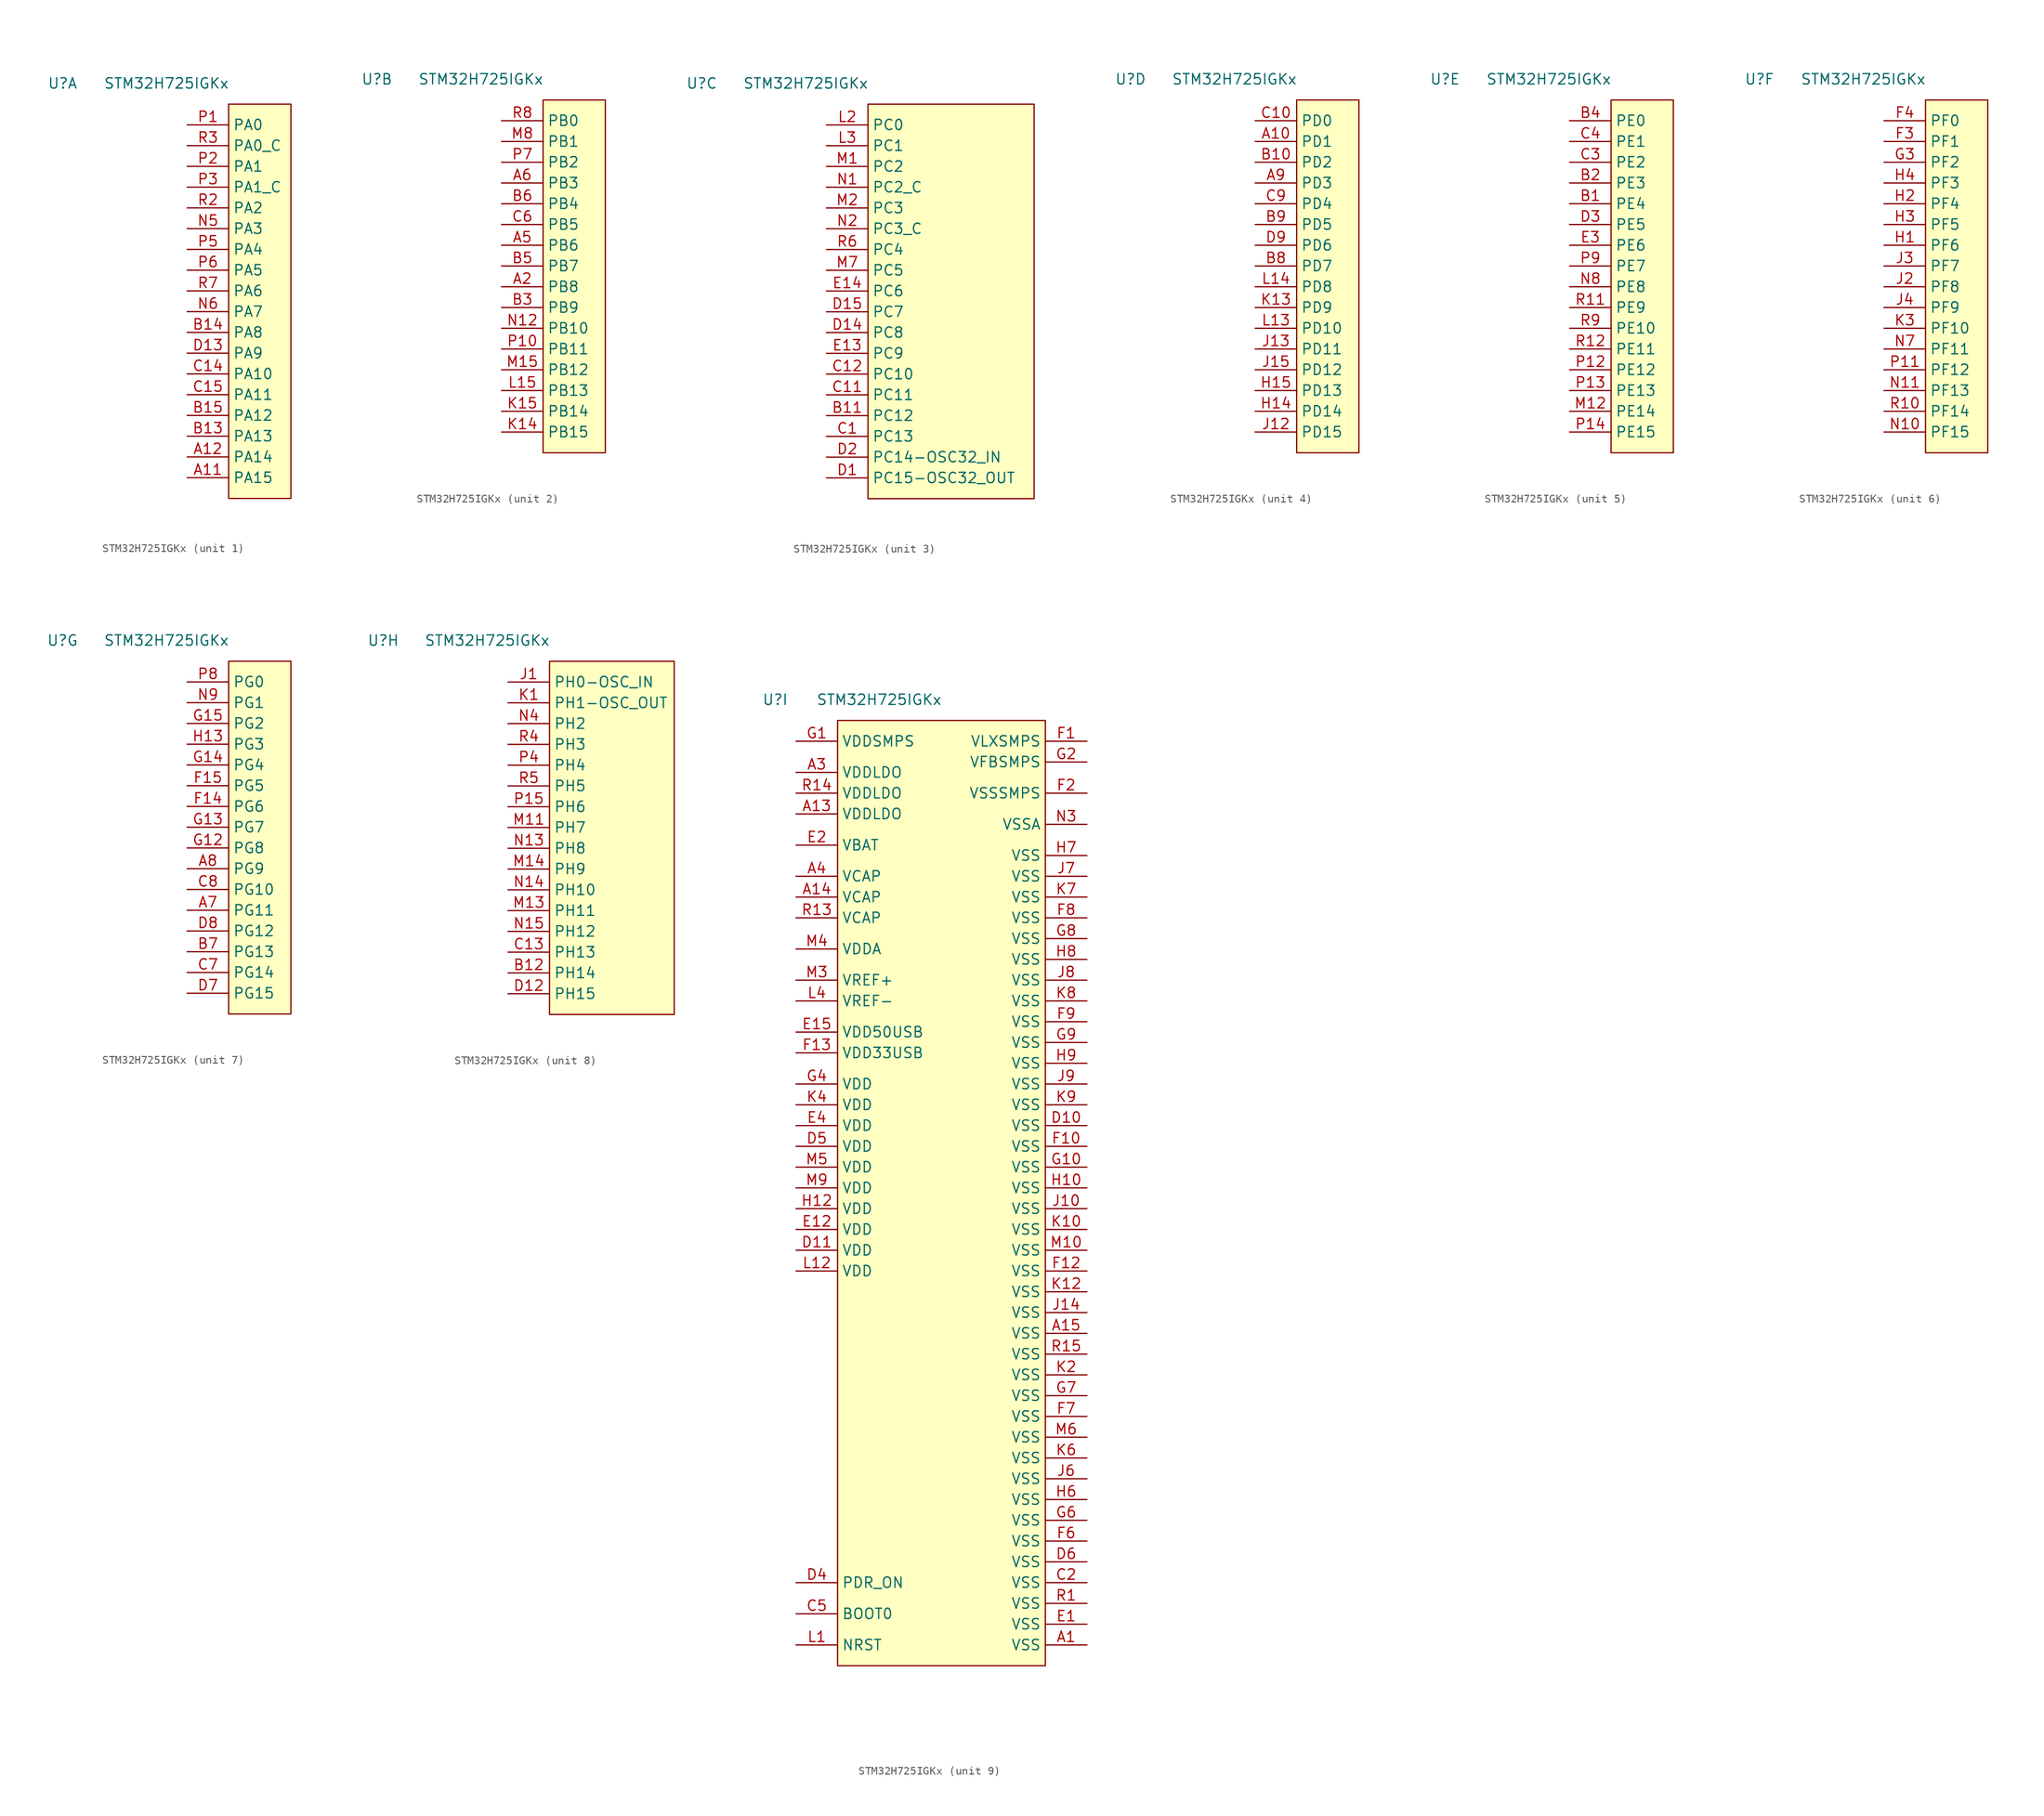
<source format=kicad_sym>
(kicad_symbol_lib
  (version 20231120)
  (generator "kicad_symbol_editor")
  (generator_version "8.0")
  (symbol "STM32H725IGKx"
    (property "Reference" "U"
      (at -20.32 2.54 0)
      (effects (font (size 1.27 1.27))))
    (property "Value" "STM32H725IGKx"
      (at -7.62 2.54 0)
      (effects (font (size 1.27 1.27))))
    (property "ki_locked" ""
      (at 0 0 0)
      (effects (font (size 1.27 1.27))))
    (symbol "STM32H725IGKx_1_1"
      (rectangle (start 0 0) (end 7.62 -48.26) (stroke (width 0) (type default)) (fill (type background)))
      (pin bidirectional line (at -5.08 -45.72 0) (length 5.08) (name "PA15" (effects (font (size 1.27 1.27)))) (number "A11" (effects (font (size 1.27 1.27)))))
      (pin bidirectional line (at -5.08 -43.18 0) (length 5.08) (name "PA14" (effects (font (size 1.27 1.27)))) (number "A12" (effects (font (size 1.27 1.27)))))
      (pin bidirectional line (at -5.08 -40.64 0) (length 5.08) (name "PA13" (effects (font (size 1.27 1.27)))) (number "B13" (effects (font (size 1.27 1.27)))))
      (pin bidirectional line (at -5.08 -27.94 0) (length 5.08) (name "PA8" (effects (font (size 1.27 1.27)))) (number "B14" (effects (font (size 1.27 1.27)))))
      (pin bidirectional line (at -5.08 -38.1 0) (length 5.08) (name "PA12" (effects (font (size 1.27 1.27)))) (number "B15" (effects (font (size 1.27 1.27)))))
      (pin bidirectional line (at -5.08 -33.02 0) (length 5.08) (name "PA10" (effects (font (size 1.27 1.27)))) (number "C14" (effects (font (size 1.27 1.27)))))
      (pin bidirectional line (at -5.08 -35.56 0) (length 5.08) (name "PA11" (effects (font (size 1.27 1.27)))) (number "C15" (effects (font (size 1.27 1.27)))))
      (pin bidirectional line (at -5.08 -30.48 0) (length 5.08) (name "PA9" (effects (font (size 1.27 1.27)))) (number "D13" (effects (font (size 1.27 1.27)))))
      (pin bidirectional line (at -5.08 -15.24 0) (length 5.08) (name "PA3" (effects (font (size 1.27 1.27)))) (number "N5" (effects (font (size 1.27 1.27)))))
      (pin bidirectional line (at -5.08 -25.4 0) (length 5.08) (name "PA7" (effects (font (size 1.27 1.27)))) (number "N6" (effects (font (size 1.27 1.27)))))
      (pin bidirectional line (at -5.08 -2.54 0) (length 5.08) (name "PA0" (effects (font (size 1.27 1.27)))) (number "P1" (effects (font (size 1.27 1.27)))))
      (pin bidirectional line (at -5.08 -7.62 0) (length 5.08) (name "PA1" (effects (font (size 1.27 1.27)))) (number "P2" (effects (font (size 1.27 1.27)))))
      (pin bidirectional line (at -5.08 -10.16 0) (length 5.08) (name "PA1_C" (effects (font (size 1.27 1.27)))) (number "P3" (effects (font (size 1.27 1.27)))))
      (pin bidirectional line (at -5.08 -17.78 0) (length 5.08) (name "PA4" (effects (font (size 1.27 1.27)))) (number "P5" (effects (font (size 1.27 1.27)))))
      (pin bidirectional line (at -5.08 -20.32 0) (length 5.08) (name "PA5" (effects (font (size 1.27 1.27)))) (number "P6" (effects (font (size 1.27 1.27)))))
      (pin bidirectional line (at -5.08 -12.7 0) (length 5.08) (name "PA2" (effects (font (size 1.27 1.27)))) (number "R2" (effects (font (size 1.27 1.27)))))
      (pin bidirectional line (at -5.08 -5.08 0) (length 5.08) (name "PA0_C" (effects (font (size 1.27 1.27)))) (number "R3" (effects (font (size 1.27 1.27)))))
      (pin bidirectional line (at -5.08 -22.86 0) (length 5.08) (name "PA6" (effects (font (size 1.27 1.27)))) (number "R7" (effects (font (size 1.27 1.27))))))
    (symbol "STM32H725IGKx_2_1"
      (rectangle (start 0 0) (end 7.62 -43.18) (stroke (width 0) (type default)) (fill (type background)))
      (pin bidirectional line (at -5.08 -22.86 0) (length 5.08) (name "PB8" (effects (font (size 1.27 1.27)))) (number "A2" (effects (font (size 1.27 1.27)))))
      (pin bidirectional line (at -5.08 -17.78 0) (length 5.08) (name "PB6" (effects (font (size 1.27 1.27)))) (number "A5" (effects (font (size 1.27 1.27)))))
      (pin bidirectional line (at -5.08 -10.16 0) (length 5.08) (name "PB3" (effects (font (size 1.27 1.27)))) (number "A6" (effects (font (size 1.27 1.27)))))
      (pin bidirectional line (at -5.08 -25.4 0) (length 5.08) (name "PB9" (effects (font (size 1.27 1.27)))) (number "B3" (effects (font (size 1.27 1.27)))))
      (pin bidirectional line (at -5.08 -20.32 0) (length 5.08) (name "PB7" (effects (font (size 1.27 1.27)))) (number "B5" (effects (font (size 1.27 1.27)))))
      (pin bidirectional line (at -5.08 -12.7 0) (length 5.08) (name "PB4" (effects (font (size 1.27 1.27)))) (number "B6" (effects (font (size 1.27 1.27)))))
      (pin bidirectional line (at -5.08 -15.24 0) (length 5.08) (name "PB5" (effects (font (size 1.27 1.27)))) (number "C6" (effects (font (size 1.27 1.27)))))
      (pin bidirectional line (at -5.08 -40.64 0) (length 5.08) (name "PB15" (effects (font (size 1.27 1.27)))) (number "K14" (effects (font (size 1.27 1.27)))))
      (pin bidirectional line (at -5.08 -38.1 0) (length 5.08) (name "PB14" (effects (font (size 1.27 1.27)))) (number "K15" (effects (font (size 1.27 1.27)))))
      (pin bidirectional line (at -5.08 -35.56 0) (length 5.08) (name "PB13" (effects (font (size 1.27 1.27)))) (number "L15" (effects (font (size 1.27 1.27)))))
      (pin bidirectional line (at -5.08 -33.02 0) (length 5.08) (name "PB12" (effects (font (size 1.27 1.27)))) (number "M15" (effects (font (size 1.27 1.27)))))
      (pin bidirectional line (at -5.08 -5.08 0) (length 5.08) (name "PB1" (effects (font (size 1.27 1.27)))) (number "M8" (effects (font (size 1.27 1.27)))))
      (pin bidirectional line (at -5.08 -27.94 0) (length 5.08) (name "PB10" (effects (font (size 1.27 1.27)))) (number "N12" (effects (font (size 1.27 1.27)))))
      (pin bidirectional line (at -5.08 -30.48 0) (length 5.08) (name "PB11" (effects (font (size 1.27 1.27)))) (number "P10" (effects (font (size 1.27 1.27)))))
      (pin bidirectional line (at -5.08 -7.62 0) (length 5.08) (name "PB2" (effects (font (size 1.27 1.27)))) (number "P7" (effects (font (size 1.27 1.27)))))
      (pin bidirectional line (at -5.08 -2.54 0) (length 5.08) (name "PB0" (effects (font (size 1.27 1.27)))) (number "R8" (effects (font (size 1.27 1.27))))))
    (symbol "STM32H725IGKx_3_1"
      (rectangle (start 0 0) (end 20.32 -48.26) (stroke (width 0) (type default)) (fill (type background)))
      (pin bidirectional line (at -5.08 -38.1 0) (length 5.08) (name "PC12" (effects (font (size 1.27 1.27)))) (number "B11" (effects (font (size 1.27 1.27)))))
      (pin bidirectional line (at -5.08 -40.64 0) (length 5.08) (name "PC13" (effects (font (size 1.27 1.27)))) (number "C1" (effects (font (size 1.27 1.27)))))
      (pin bidirectional line (at -5.08 -35.56 0) (length 5.08) (name "PC11" (effects (font (size 1.27 1.27)))) (number "C11" (effects (font (size 1.27 1.27)))))
      (pin bidirectional line (at -5.08 -33.02 0) (length 5.08) (name "PC10" (effects (font (size 1.27 1.27)))) (number "C12" (effects (font (size 1.27 1.27)))))
      (pin bidirectional line (at -5.08 -45.72 0) (length 5.08) (name "PC15-OSC32_OUT" (effects (font (size 1.27 1.27)))) (number "D1" (effects (font (size 1.27 1.27)))))
      (pin bidirectional line (at -5.08 -27.94 0) (length 5.08) (name "PC8" (effects (font (size 1.27 1.27)))) (number "D14" (effects (font (size 1.27 1.27)))))
      (pin bidirectional line (at -5.08 -25.4 0) (length 5.08) (name "PC7" (effects (font (size 1.27 1.27)))) (number "D15" (effects (font (size 1.27 1.27)))))
      (pin bidirectional line (at -5.08 -43.18 0) (length 5.08) (name "PC14-OSC32_IN" (effects (font (size 1.27 1.27)))) (number "D2" (effects (font (size 1.27 1.27)))))
      (pin bidirectional line (at -5.08 -30.48 0) (length 5.08) (name "PC9" (effects (font (size 1.27 1.27)))) (number "E13" (effects (font (size 1.27 1.27)))))
      (pin bidirectional line (at -5.08 -22.86 0) (length 5.08) (name "PC6" (effects (font (size 1.27 1.27)))) (number "E14" (effects (font (size 1.27 1.27)))))
      (pin bidirectional line (at -5.08 -2.54 0) (length 5.08) (name "PC0" (effects (font (size 1.27 1.27)))) (number "L2" (effects (font (size 1.27 1.27)))))
      (pin bidirectional line (at -5.08 -5.08 0) (length 5.08) (name "PC1" (effects (font (size 1.27 1.27)))) (number "L3" (effects (font (size 1.27 1.27)))))
      (pin bidirectional line (at -5.08 -7.62 0) (length 5.08) (name "PC2" (effects (font (size 1.27 1.27)))) (number "M1" (effects (font (size 1.27 1.27)))))
      (pin bidirectional line (at -5.08 -12.7 0) (length 5.08) (name "PC3" (effects (font (size 1.27 1.27)))) (number "M2" (effects (font (size 1.27 1.27)))))
      (pin bidirectional line (at -5.08 -20.32 0) (length 5.08) (name "PC5" (effects (font (size 1.27 1.27)))) (number "M7" (effects (font (size 1.27 1.27)))))
      (pin bidirectional line (at -5.08 -10.16 0) (length 5.08) (name "PC2_C" (effects (font (size 1.27 1.27)))) (number "N1" (effects (font (size 1.27 1.27)))))
      (pin bidirectional line (at -5.08 -15.24 0) (length 5.08) (name "PC3_C" (effects (font (size 1.27 1.27)))) (number "N2" (effects (font (size 1.27 1.27)))))
      (pin bidirectional line (at -5.08 -17.78 0) (length 5.08) (name "PC4" (effects (font (size 1.27 1.27)))) (number "R6" (effects (font (size 1.27 1.27))))))
    (symbol "STM32H725IGKx_4_1"
      (rectangle (start 0 0) (end 7.62 -43.18) (stroke (width 0) (type default)) (fill (type background)))
      (pin bidirectional line (at -5.08 -5.08 0) (length 5.08) (name "PD1" (effects (font (size 1.27 1.27)))) (number "A10" (effects (font (size 1.27 1.27)))))
      (pin bidirectional line (at -5.08 -10.16 0) (length 5.08) (name "PD3" (effects (font (size 1.27 1.27)))) (number "A9" (effects (font (size 1.27 1.27)))))
      (pin bidirectional line (at -5.08 -7.62 0) (length 5.08) (name "PD2" (effects (font (size 1.27 1.27)))) (number "B10" (effects (font (size 1.27 1.27)))))
      (pin bidirectional line (at -5.08 -20.32 0) (length 5.08) (name "PD7" (effects (font (size 1.27 1.27)))) (number "B8" (effects (font (size 1.27 1.27)))))
      (pin bidirectional line (at -5.08 -15.24 0) (length 5.08) (name "PD5" (effects (font (size 1.27 1.27)))) (number "B9" (effects (font (size 1.27 1.27)))))
      (pin bidirectional line (at -5.08 -2.54 0) (length 5.08) (name "PD0" (effects (font (size 1.27 1.27)))) (number "C10" (effects (font (size 1.27 1.27)))))
      (pin bidirectional line (at -5.08 -12.7 0) (length 5.08) (name "PD4" (effects (font (size 1.27 1.27)))) (number "C9" (effects (font (size 1.27 1.27)))))
      (pin bidirectional line (at -5.08 -17.78 0) (length 5.08) (name "PD6" (effects (font (size 1.27 1.27)))) (number "D9" (effects (font (size 1.27 1.27)))))
      (pin bidirectional line (at -5.08 -38.1 0) (length 5.08) (name "PD14" (effects (font (size 1.27 1.27)))) (number "H14" (effects (font (size 1.27 1.27)))))
      (pin bidirectional line (at -5.08 -35.56 0) (length 5.08) (name "PD13" (effects (font (size 1.27 1.27)))) (number "H15" (effects (font (size 1.27 1.27)))))
      (pin bidirectional line (at -5.08 -40.64 0) (length 5.08) (name "PD15" (effects (font (size 1.27 1.27)))) (number "J12" (effects (font (size 1.27 1.27)))))
      (pin bidirectional line (at -5.08 -30.48 0) (length 5.08) (name "PD11" (effects (font (size 1.27 1.27)))) (number "J13" (effects (font (size 1.27 1.27)))))
      (pin bidirectional line (at -5.08 -33.02 0) (length 5.08) (name "PD12" (effects (font (size 1.27 1.27)))) (number "J15" (effects (font (size 1.27 1.27)))))
      (pin bidirectional line (at -5.08 -25.4 0) (length 5.08) (name "PD9" (effects (font (size 1.27 1.27)))) (number "K13" (effects (font (size 1.27 1.27)))))
      (pin bidirectional line (at -5.08 -27.94 0) (length 5.08) (name "PD10" (effects (font (size 1.27 1.27)))) (number "L13" (effects (font (size 1.27 1.27)))))
      (pin bidirectional line (at -5.08 -22.86 0) (length 5.08) (name "PD8" (effects (font (size 1.27 1.27)))) (number "L14" (effects (font (size 1.27 1.27))))))
    (symbol "STM32H725IGKx_5_1"
      (rectangle (start 0 0) (end 7.62 -43.18) (stroke (width 0) (type default)) (fill (type background)))
      (pin bidirectional line (at -5.08 -12.7 0) (length 5.08) (name "PE4" (effects (font (size 1.27 1.27)))) (number "B1" (effects (font (size 1.27 1.27)))))
      (pin bidirectional line (at -5.08 -10.16 0) (length 5.08) (name "PE3" (effects (font (size 1.27 1.27)))) (number "B2" (effects (font (size 1.27 1.27)))))
      (pin bidirectional line (at -5.08 -2.54 0) (length 5.08) (name "PE0" (effects (font (size 1.27 1.27)))) (number "B4" (effects (font (size 1.27 1.27)))))
      (pin bidirectional line (at -5.08 -7.62 0) (length 5.08) (name "PE2" (effects (font (size 1.27 1.27)))) (number "C3" (effects (font (size 1.27 1.27)))))
      (pin bidirectional line (at -5.08 -5.08 0) (length 5.08) (name "PE1" (effects (font (size 1.27 1.27)))) (number "C4" (effects (font (size 1.27 1.27)))))
      (pin bidirectional line (at -5.08 -15.24 0) (length 5.08) (name "PE5" (effects (font (size 1.27 1.27)))) (number "D3" (effects (font (size 1.27 1.27)))))
      (pin bidirectional line (at -5.08 -17.78 0) (length 5.08) (name "PE6" (effects (font (size 1.27 1.27)))) (number "E3" (effects (font (size 1.27 1.27)))))
      (pin bidirectional line (at -5.08 -38.1 0) (length 5.08) (name "PE14" (effects (font (size 1.27 1.27)))) (number "M12" (effects (font (size 1.27 1.27)))))
      (pin bidirectional line (at -5.08 -22.86 0) (length 5.08) (name "PE8" (effects (font (size 1.27 1.27)))) (number "N8" (effects (font (size 1.27 1.27)))))
      (pin bidirectional line (at -5.08 -33.02 0) (length 5.08) (name "PE12" (effects (font (size 1.27 1.27)))) (number "P12" (effects (font (size 1.27 1.27)))))
      (pin bidirectional line (at -5.08 -35.56 0) (length 5.08) (name "PE13" (effects (font (size 1.27 1.27)))) (number "P13" (effects (font (size 1.27 1.27)))))
      (pin bidirectional line (at -5.08 -40.64 0) (length 5.08) (name "PE15" (effects (font (size 1.27 1.27)))) (number "P14" (effects (font (size 1.27 1.27)))))
      (pin bidirectional line (at -5.08 -20.32 0) (length 5.08) (name "PE7" (effects (font (size 1.27 1.27)))) (number "P9" (effects (font (size 1.27 1.27)))))
      (pin bidirectional line (at -5.08 -25.4 0) (length 5.08) (name "PE9" (effects (font (size 1.27 1.27)))) (number "R11" (effects (font (size 1.27 1.27)))))
      (pin bidirectional line (at -5.08 -30.48 0) (length 5.08) (name "PE11" (effects (font (size 1.27 1.27)))) (number "R12" (effects (font (size 1.27 1.27)))))
      (pin bidirectional line (at -5.08 -27.94 0) (length 5.08) (name "PE10" (effects (font (size 1.27 1.27)))) (number "R9" (effects (font (size 1.27 1.27))))))
    (symbol "STM32H725IGKx_6_1"
      (rectangle (start 0 0) (end 7.62 -43.18) (stroke (width 0) (type default)) (fill (type background)))
      (pin bidirectional line (at -5.08 -5.08 0) (length 5.08) (name "PF1" (effects (font (size 1.27 1.27)))) (number "F3" (effects (font (size 1.27 1.27)))))
      (pin bidirectional line (at -5.08 -2.54 0) (length 5.08) (name "PF0" (effects (font (size 1.27 1.27)))) (number "F4" (effects (font (size 1.27 1.27)))))
      (pin bidirectional line (at -5.08 -7.62 0) (length 5.08) (name "PF2" (effects (font (size 1.27 1.27)))) (number "G3" (effects (font (size 1.27 1.27)))))
      (pin bidirectional line (at -5.08 -17.78 0) (length 5.08) (name "PF6" (effects (font (size 1.27 1.27)))) (number "H1" (effects (font (size 1.27 1.27)))))
      (pin bidirectional line (at -5.08 -12.7 0) (length 5.08) (name "PF4" (effects (font (size 1.27 1.27)))) (number "H2" (effects (font (size 1.27 1.27)))))
      (pin bidirectional line (at -5.08 -15.24 0) (length 5.08) (name "PF5" (effects (font (size 1.27 1.27)))) (number "H3" (effects (font (size 1.27 1.27)))))
      (pin bidirectional line (at -5.08 -10.16 0) (length 5.08) (name "PF3" (effects (font (size 1.27 1.27)))) (number "H4" (effects (font (size 1.27 1.27)))))
      (pin bidirectional line (at -5.08 -22.86 0) (length 5.08) (name "PF8" (effects (font (size 1.27 1.27)))) (number "J2" (effects (font (size 1.27 1.27)))))
      (pin bidirectional line (at -5.08 -20.32 0) (length 5.08) (name "PF7" (effects (font (size 1.27 1.27)))) (number "J3" (effects (font (size 1.27 1.27)))))
      (pin bidirectional line (at -5.08 -25.4 0) (length 5.08) (name "PF9" (effects (font (size 1.27 1.27)))) (number "J4" (effects (font (size 1.27 1.27)))))
      (pin bidirectional line (at -5.08 -27.94 0) (length 5.08) (name "PF10" (effects (font (size 1.27 1.27)))) (number "K3" (effects (font (size 1.27 1.27)))))
      (pin bidirectional line (at -5.08 -40.64 0) (length 5.08) (name "PF15" (effects (font (size 1.27 1.27)))) (number "N10" (effects (font (size 1.27 1.27)))))
      (pin bidirectional line (at -5.08 -35.56 0) (length 5.08) (name "PF13" (effects (font (size 1.27 1.27)))) (number "N11" (effects (font (size 1.27 1.27)))))
      (pin bidirectional line (at -5.08 -30.48 0) (length 5.08) (name "PF11" (effects (font (size 1.27 1.27)))) (number "N7" (effects (font (size 1.27 1.27)))))
      (pin bidirectional line (at -5.08 -33.02 0) (length 5.08) (name "PF12" (effects (font (size 1.27 1.27)))) (number "P11" (effects (font (size 1.27 1.27)))))
      (pin bidirectional line (at -5.08 -38.1 0) (length 5.08) (name "PF14" (effects (font (size 1.27 1.27)))) (number "R10" (effects (font (size 1.27 1.27))))))
    (symbol "STM32H725IGKx_7_1"
      (rectangle (start 0 0) (end 7.62 -43.18) (stroke (width 0) (type default)) (fill (type background)))
      (pin bidirectional line (at -5.08 -30.48 0) (length 5.08) (name "PG11" (effects (font (size 1.27 1.27)))) (number "A7" (effects (font (size 1.27 1.27)))))
      (pin bidirectional line (at -5.08 -25.4 0) (length 5.08) (name "PG9" (effects (font (size 1.27 1.27)))) (number "A8" (effects (font (size 1.27 1.27)))))
      (pin bidirectional line (at -5.08 -35.56 0) (length 5.08) (name "PG13" (effects (font (size 1.27 1.27)))) (number "B7" (effects (font (size 1.27 1.27)))))
      (pin bidirectional line (at -5.08 -38.1 0) (length 5.08) (name "PG14" (effects (font (size 1.27 1.27)))) (number "C7" (effects (font (size 1.27 1.27)))))
      (pin bidirectional line (at -5.08 -27.94 0) (length 5.08) (name "PG10" (effects (font (size 1.27 1.27)))) (number "C8" (effects (font (size 1.27 1.27)))))
      (pin bidirectional line (at -5.08 -40.64 0) (length 5.08) (name "PG15" (effects (font (size 1.27 1.27)))) (number "D7" (effects (font (size 1.27 1.27)))))
      (pin bidirectional line (at -5.08 -33.02 0) (length 5.08) (name "PG12" (effects (font (size 1.27 1.27)))) (number "D8" (effects (font (size 1.27 1.27)))))
      (pin bidirectional line (at -5.08 -17.78 0) (length 5.08) (name "PG6" (effects (font (size 1.27 1.27)))) (number "F14" (effects (font (size 1.27 1.27)))))
      (pin bidirectional line (at -5.08 -15.24 0) (length 5.08) (name "PG5" (effects (font (size 1.27 1.27)))) (number "F15" (effects (font (size 1.27 1.27)))))
      (pin bidirectional line (at -5.08 -22.86 0) (length 5.08) (name "PG8" (effects (font (size 1.27 1.27)))) (number "G12" (effects (font (size 1.27 1.27)))))
      (pin bidirectional line (at -5.08 -20.32 0) (length 5.08) (name "PG7" (effects (font (size 1.27 1.27)))) (number "G13" (effects (font (size 1.27 1.27)))))
      (pin bidirectional line (at -5.08 -12.7 0) (length 5.08) (name "PG4" (effects (font (size 1.27 1.27)))) (number "G14" (effects (font (size 1.27 1.27)))))
      (pin bidirectional line (at -5.08 -7.62 0) (length 5.08) (name "PG2" (effects (font (size 1.27 1.27)))) (number "G15" (effects (font (size 1.27 1.27)))))
      (pin bidirectional line (at -5.08 -10.16 0) (length 5.08) (name "PG3" (effects (font (size 1.27 1.27)))) (number "H13" (effects (font (size 1.27 1.27)))))
      (pin bidirectional line (at -5.08 -5.08 0) (length 5.08) (name "PG1" (effects (font (size 1.27 1.27)))) (number "N9" (effects (font (size 1.27 1.27)))))
      (pin bidirectional line (at -5.08 -2.54 0) (length 5.08) (name "PG0" (effects (font (size 1.27 1.27)))) (number "P8" (effects (font (size 1.27 1.27))))))
    (symbol "STM32H725IGKx_8_1"
      (rectangle (start 0 0) (end 15.24 -43.18) (stroke (width 0) (type default)) (fill (type background)))
      (pin bidirectional line (at -5.08 -38.1 0) (length 5.08) (name "PH14" (effects (font (size 1.27 1.27)))) (number "B12" (effects (font (size 1.27 1.27)))))
      (pin bidirectional line (at -5.08 -35.56 0) (length 5.08) (name "PH13" (effects (font (size 1.27 1.27)))) (number "C13" (effects (font (size 1.27 1.27)))))
      (pin bidirectional line (at -5.08 -40.64 0) (length 5.08) (name "PH15" (effects (font (size 1.27 1.27)))) (number "D12" (effects (font (size 1.27 1.27)))))
      (pin bidirectional line (at -5.08 -2.54 0) (length 5.08) (name "PH0-OSC_IN" (effects (font (size 1.27 1.27)))) (number "J1" (effects (font (size 1.27 1.27)))))
      (pin bidirectional line (at -5.08 -5.08 0) (length 5.08) (name "PH1-OSC_OUT" (effects (font (size 1.27 1.27)))) (number "K1" (effects (font (size 1.27 1.27)))))
      (pin bidirectional line (at -5.08 -20.32 0) (length 5.08) (name "PH7" (effects (font (size 1.27 1.27)))) (number "M11" (effects (font (size 1.27 1.27)))))
      (pin bidirectional line (at -5.08 -30.48 0) (length 5.08) (name "PH11" (effects (font (size 1.27 1.27)))) (number "M13" (effects (font (size 1.27 1.27)))))
      (pin bidirectional line (at -5.08 -25.4 0) (length 5.08) (name "PH9" (effects (font (size 1.27 1.27)))) (number "M14" (effects (font (size 1.27 1.27)))))
      (pin bidirectional line (at -5.08 -22.86 0) (length 5.08) (name "PH8" (effects (font (size 1.27 1.27)))) (number "N13" (effects (font (size 1.27 1.27)))))
      (pin bidirectional line (at -5.08 -27.94 0) (length 5.08) (name "PH10" (effects (font (size 1.27 1.27)))) (number "N14" (effects (font (size 1.27 1.27)))))
      (pin bidirectional line (at -5.08 -33.02 0) (length 5.08) (name "PH12" (effects (font (size 1.27 1.27)))) (number "N15" (effects (font (size 1.27 1.27)))))
      (pin bidirectional line (at -5.08 -7.62 0) (length 5.08) (name "PH2" (effects (font (size 1.27 1.27)))) (number "N4" (effects (font (size 1.27 1.27)))))
      (pin bidirectional line (at -5.08 -17.78 0) (length 5.08) (name "PH6" (effects (font (size 1.27 1.27)))) (number "P15" (effects (font (size 1.27 1.27)))))
      (pin bidirectional line (at -5.08 -12.7 0) (length 5.08) (name "PH4" (effects (font (size 1.27 1.27)))) (number "P4" (effects (font (size 1.27 1.27)))))
      (pin bidirectional line (at -5.08 -10.16 0) (length 5.08) (name "PH3" (effects (font (size 1.27 1.27)))) (number "R4" (effects (font (size 1.27 1.27)))))
      (pin bidirectional line (at -5.08 -15.24 0) (length 5.08) (name "PH5" (effects (font (size 1.27 1.27)))) (number "R5" (effects (font (size 1.27 1.27))))))
    (symbol "STM32H725IGKx_9_1"
      (rectangle (start -12.7 0) (end 12.7 -115.57) (stroke (width 0) (type default)) (fill (type background)))
      (pin power_in line (at 17.78 -113.03 180) (length 5.08) (name "VSS" (effects (font (size 1.27 1.27)))) (number "A1" (effects (font (size 1.27 1.27)))))
      (pin power_in line (at -17.78 -11.43 0) (length 5.08) (name "VDDLDO" (effects (font (size 1.27 1.27)))) (number "A13" (effects (font (size 1.27 1.27)))))
      (pin power_out line (at -17.78 -21.59 0) (length 5.08) (name "VCAP" (effects (font (size 1.27 1.27)))) (number "A14" (effects (font (size 1.27 1.27)))))
      (pin power_in line (at 17.78 -74.93 180) (length 5.08) (name "VSS" (effects (font (size 1.27 1.27)))) (number "A15" (effects (font (size 1.27 1.27)))))
      (pin power_in line (at -17.78 -6.35 0) (length 5.08) (name "VDDLDO" (effects (font (size 1.27 1.27)))) (number "A3" (effects (font (size 1.27 1.27)))))
      (pin power_out line (at -17.78 -19.05 0) (length 5.08) (name "VCAP" (effects (font (size 1.27 1.27)))) (number "A4" (effects (font (size 1.27 1.27)))))
      (pin power_in line (at 17.78 -105.41 180) (length 5.08) (name "VSS" (effects (font (size 1.27 1.27)))) (number "C2" (effects (font (size 1.27 1.27)))))
      (pin input line (at -17.78 -109.22 0) (length 5.08) (name "BOOT0" (effects (font (size 1.27 1.27)))) (number "C5" (effects (font (size 1.27 1.27)))))
      (pin power_in line (at 17.78 -49.53 180) (length 5.08) (name "VSS" (effects (font (size 1.27 1.27)))) (number "D10" (effects (font (size 1.27 1.27)))))
      (pin power_in line (at -17.78 -64.77 0) (length 5.08) (name "VDD" (effects (font (size 1.27 1.27)))) (number "D11" (effects (font (size 1.27 1.27)))))
      (pin input line (at -17.78 -105.41 0) (length 5.08) (name "PDR_ON" (effects (font (size 1.27 1.27)))) (number "D4" (effects (font (size 1.27 1.27)))))
      (pin power_in line (at -17.78 -52.07 0) (length 5.08) (name "VDD" (effects (font (size 1.27 1.27)))) (number "D5" (effects (font (size 1.27 1.27)))))
      (pin power_in line (at 17.78 -102.87 180) (length 5.08) (name "VSS" (effects (font (size 1.27 1.27)))) (number "D6" (effects (font (size 1.27 1.27)))))
      (pin power_in line (at 17.78 -110.49 180) (length 5.08) (name "VSS" (effects (font (size 1.27 1.27)))) (number "E1" (effects (font (size 1.27 1.27)))))
      (pin power_in line (at -17.78 -62.23 0) (length 5.08) (name "VDD" (effects (font (size 1.27 1.27)))) (number "E12" (effects (font (size 1.27 1.27)))))
      (pin power_in line (at -17.78 -38.1 0) (length 5.08) (name "VDD50USB" (effects (font (size 1.27 1.27)))) (number "E15" (effects (font (size 1.27 1.27)))))
      (pin power_in line (at -17.78 -15.24 0) (length 5.08) (name "VBAT" (effects (font (size 1.27 1.27)))) (number "E2" (effects (font (size 1.27 1.27)))))
      (pin power_in line (at -17.78 -49.53 0) (length 5.08) (name "VDD" (effects (font (size 1.27 1.27)))) (number "E4" (effects (font (size 1.27 1.27)))))
      (pin power_out line (at 17.78 -2.54 180) (length 5.08) (name "VLXSMPS" (effects (font (size 1.27 1.27)))) (number "F1" (effects (font (size 1.27 1.27)))))
      (pin power_in line (at 17.78 -52.07 180) (length 5.08) (name "VSS" (effects (font (size 1.27 1.27)))) (number "F10" (effects (font (size 1.27 1.27)))))
      (pin power_in line (at 17.78 -67.31 180) (length 5.08) (name "VSS" (effects (font (size 1.27 1.27)))) (number "F12" (effects (font (size 1.27 1.27)))))
      (pin power_in line (at -17.78 -40.64 0) (length 5.08) (name "VDD33USB" (effects (font (size 1.27 1.27)))) (number "F13" (effects (font (size 1.27 1.27)))))
      (pin power_in line (at 17.78 -8.89 180) (length 5.08) (name "VSSSMPS" (effects (font (size 1.27 1.27)))) (number "F2" (effects (font (size 1.27 1.27)))))
      (pin power_in line (at 17.78 -100.33 180) (length 5.08) (name "VSS" (effects (font (size 1.27 1.27)))) (number "F6" (effects (font (size 1.27 1.27)))))
      (pin power_in line (at 17.78 -85.09 180) (length 5.08) (name "VSS" (effects (font (size 1.27 1.27)))) (number "F7" (effects (font (size 1.27 1.27)))))
      (pin power_in line (at 17.78 -24.13 180) (length 5.08) (name "VSS" (effects (font (size 1.27 1.27)))) (number "F8" (effects (font (size 1.27 1.27)))))
      (pin power_in line (at 17.78 -36.83 180) (length 5.08) (name "VSS" (effects (font (size 1.27 1.27)))) (number "F9" (effects (font (size 1.27 1.27)))))
      (pin power_in line (at -17.78 -2.54 0) (length 5.08) (name "VDDSMPS" (effects (font (size 1.27 1.27)))) (number "G1" (effects (font (size 1.27 1.27)))))
      (pin power_in line (at 17.78 -54.61 180) (length 5.08) (name "VSS" (effects (font (size 1.27 1.27)))) (number "G10" (effects (font (size 1.27 1.27)))))
      (pin input line (at 17.78 -5.08 180) (length 5.08) (name "VFBSMPS" (effects (font (size 1.27 1.27)))) (number "G2" (effects (font (size 1.27 1.27)))))
      (pin power_in line (at -17.78 -44.45 0) (length 5.08) (name "VDD" (effects (font (size 1.27 1.27)))) (number "G4" (effects (font (size 1.27 1.27)))))
      (pin power_in line (at 17.78 -97.79 180) (length 5.08) (name "VSS" (effects (font (size 1.27 1.27)))) (number "G6" (effects (font (size 1.27 1.27)))))
      (pin power_in line (at 17.78 -82.55 180) (length 5.08) (name "VSS" (effects (font (size 1.27 1.27)))) (number "G7" (effects (font (size 1.27 1.27)))))
      (pin power_in line (at 17.78 -26.67 180) (length 5.08) (name "VSS" (effects (font (size 1.27 1.27)))) (number "G8" (effects (font (size 1.27 1.27)))))
      (pin power_in line (at 17.78 -39.37 180) (length 5.08) (name "VSS" (effects (font (size 1.27 1.27)))) (number "G9" (effects (font (size 1.27 1.27)))))
      (pin power_in line (at 17.78 -57.15 180) (length 5.08) (name "VSS" (effects (font (size 1.27 1.27)))) (number "H10" (effects (font (size 1.27 1.27)))))
      (pin power_in line (at -17.78 -59.69 0) (length 5.08) (name "VDD" (effects (font (size 1.27 1.27)))) (number "H12" (effects (font (size 1.27 1.27)))))
      (pin power_in line (at 17.78 -95.25 180) (length 5.08) (name "VSS" (effects (font (size 1.27 1.27)))) (number "H6" (effects (font (size 1.27 1.27)))))
      (pin power_in line (at 17.78 -16.51 180) (length 5.08) (name "VSS" (effects (font (size 1.27 1.27)))) (number "H7" (effects (font (size 1.27 1.27)))))
      (pin power_in line (at 17.78 -29.21 180) (length 5.08) (name "VSS" (effects (font (size 1.27 1.27)))) (number "H8" (effects (font (size 1.27 1.27)))))
      (pin power_in line (at 17.78 -41.91 180) (length 5.08) (name "VSS" (effects (font (size 1.27 1.27)))) (number "H9" (effects (font (size 1.27 1.27)))))
      (pin power_in line (at 17.78 -59.69 180) (length 5.08) (name "VSS" (effects (font (size 1.27 1.27)))) (number "J10" (effects (font (size 1.27 1.27)))))
      (pin power_in line (at 17.78 -72.39 180) (length 5.08) (name "VSS" (effects (font (size 1.27 1.27)))) (number "J14" (effects (font (size 1.27 1.27)))))
      (pin power_in line (at 17.78 -92.71 180) (length 5.08) (name "VSS" (effects (font (size 1.27 1.27)))) (number "J6" (effects (font (size 1.27 1.27)))))
      (pin power_in line (at 17.78 -19.05 180) (length 5.08) (name "VSS" (effects (font (size 1.27 1.27)))) (number "J7" (effects (font (size 1.27 1.27)))))
      (pin power_in line (at 17.78 -31.75 180) (length 5.08) (name "VSS" (effects (font (size 1.27 1.27)))) (number "J8" (effects (font (size 1.27 1.27)))))
      (pin power_in line (at 17.78 -44.45 180) (length 5.08) (name "VSS" (effects (font (size 1.27 1.27)))) (number "J9" (effects (font (size 1.27 1.27)))))
      (pin power_in line (at 17.78 -62.23 180) (length 5.08) (name "VSS" (effects (font (size 1.27 1.27)))) (number "K10" (effects (font (size 1.27 1.27)))))
      (pin power_in line (at 17.78 -69.85 180) (length 5.08) (name "VSS" (effects (font (size 1.27 1.27)))) (number "K12" (effects (font (size 1.27 1.27)))))
      (pin power_in line (at 17.78 -80.01 180) (length 5.08) (name "VSS" (effects (font (size 1.27 1.27)))) (number "K2" (effects (font (size 1.27 1.27)))))
      (pin power_in line (at -17.78 -46.99 0) (length 5.08) (name "VDD" (effects (font (size 1.27 1.27)))) (number "K4" (effects (font (size 1.27 1.27)))))
      (pin power_in line (at 17.78 -90.17 180) (length 5.08) (name "VSS" (effects (font (size 1.27 1.27)))) (number "K6" (effects (font (size 1.27 1.27)))))
      (pin power_in line (at 17.78 -21.59 180) (length 5.08) (name "VSS" (effects (font (size 1.27 1.27)))) (number "K7" (effects (font (size 1.27 1.27)))))
      (pin power_in line (at 17.78 -34.29 180) (length 5.08) (name "VSS" (effects (font (size 1.27 1.27)))) (number "K8" (effects (font (size 1.27 1.27)))))
      (pin power_in line (at 17.78 -46.99 180) (length 5.08) (name "VSS" (effects (font (size 1.27 1.27)))) (number "K9" (effects (font (size 1.27 1.27)))))
      (pin input line (at -17.78 -113.03 0) (length 5.08) (name "NRST" (effects (font (size 1.27 1.27)))) (number "L1" (effects (font (size 1.27 1.27)))))
      (pin power_in line (at -17.78 -67.31 0) (length 5.08) (name "VDD" (effects (font (size 1.27 1.27)))) (number "L12" (effects (font (size 1.27 1.27)))))
      (pin input line (at -17.78 -34.29 0) (length 5.08) (name "VREF-" (effects (font (size 1.27 1.27)))) (number "L4" (effects (font (size 1.27 1.27)))))
      (pin power_in line (at 17.78 -64.77 180) (length 5.08) (name "VSS" (effects (font (size 1.27 1.27)))) (number "M10" (effects (font (size 1.27 1.27)))))
      (pin input line (at -17.78 -31.75 0) (length 5.08) (name "VREF+" (effects (font (size 1.27 1.27)))) (number "M3" (effects (font (size 1.27 1.27)))))
      (pin power_in line (at -17.78 -27.94 0) (length 5.08) (name "VDDA" (effects (font (size 1.27 1.27)))) (number "M4" (effects (font (size 1.27 1.27)))))
      (pin power_in line (at -17.78 -54.61 0) (length 5.08) (name "VDD" (effects (font (size 1.27 1.27)))) (number "M5" (effects (font (size 1.27 1.27)))))
      (pin power_in line (at 17.78 -87.63 180) (length 5.08) (name "VSS" (effects (font (size 1.27 1.27)))) (number "M6" (effects (font (size 1.27 1.27)))))
      (pin power_in line (at -17.78 -57.15 0) (length 5.08) (name "VDD" (effects (font (size 1.27 1.27)))) (number "M9" (effects (font (size 1.27 1.27)))))
      (pin power_in line (at 17.78 -12.7 180) (length 5.08) (name "VSSA" (effects (font (size 1.27 1.27)))) (number "N3" (effects (font (size 1.27 1.27)))))
      (pin power_in line (at 17.78 -107.95 180) (length 5.08) (name "VSS" (effects (font (size 1.27 1.27)))) (number "R1" (effects (font (size 1.27 1.27)))))
      (pin power_out line (at -17.78 -24.13 0) (length 5.08) (name "VCAP" (effects (font (size 1.27 1.27)))) (number "R13" (effects (font (size 1.27 1.27)))))
      (pin power_in line (at -17.78 -8.89 0) (length 5.08) (name "VDDLDO" (effects (font (size 1.27 1.27)))) (number "R14" (effects (font (size 1.27 1.27)))))
      (pin power_in line (at 17.78 -77.47 180) (length 5.08) (name "VSS" (effects (font (size 1.27 1.27)))) (number "R15" (effects (font (size 1.27 1.27))))))))
</source>
